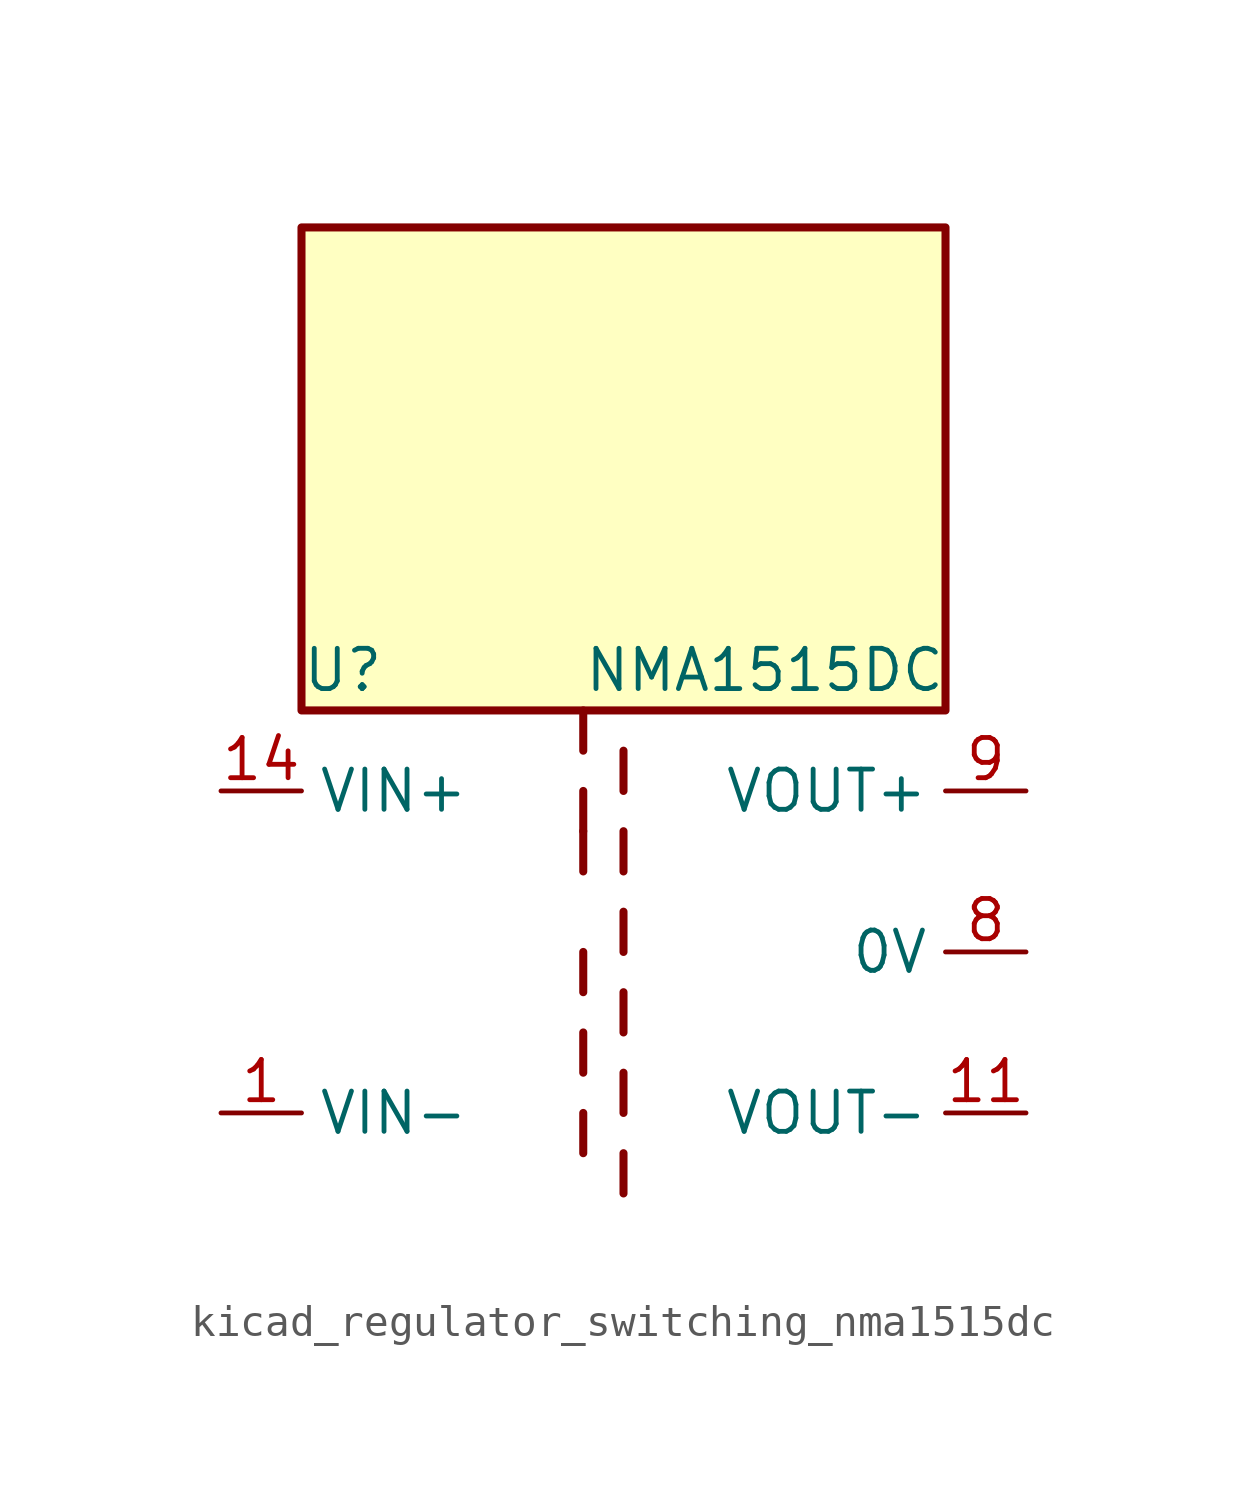
<source format=kicad_sym>
(kicad_symbol_lib
  (version 20220914)
  (generator kicad_symbol_editor)
  (symbol "kicad_regulator_switching_nma1515dc"
    (property "Reference" "U"
      (at -10.16 8.89 0)
      (effects (font (size 1.27 1.27)) (justify left)))
    (property "Value" "NMA1515DC"
      (at -1.27 8.89 0)
      (effects (font (size 1.27 1.27)) (justify left)))
    (symbol "kicad_regulator_switching_nma1515dc_0_1"
      (polyline (pts (xy -1.27 -5.08) (xy -1.27 -6.35)) (stroke (width 0.254) (type default)) (fill (type none)))
      (polyline (pts (xy -1.27 -2.54) (xy -1.27 -3.81)) (stroke (width 0.254) (type default)) (fill (type none)))
      (polyline (pts (xy -1.27 0) (xy -1.27 -1.27)) (stroke (width 0.254) (type default)) (fill (type none)))
      (polyline (pts (xy -1.27 2.54) (xy -1.27 3.81)) (stroke (width 0.254) (type default)) (fill (type none)))
      (polyline (pts (xy -1.27 5.08) (xy -1.27 3.81)) (stroke (width 0.254) (type default)) (fill (type none)))
      (polyline (pts (xy -1.27 7.62) (xy -1.27 6.35)) (stroke (width 0.254) (type default)) (fill (type none)))
      (polyline (pts (xy 0 -7.62) (xy 0 -6.35)) (stroke (width 0.254) (type default)) (fill (type none)))
      (polyline (pts (xy 0 -5.08) (xy 0 -3.81)) (stroke (width 0.254) (type default)) (fill (type none)))
      (polyline (pts (xy 0 -1.27) (xy 0 -2.54)) (stroke (width 0.254) (type default)) (fill (type none)))
      (polyline (pts (xy 0 0) (xy 0 1.27)) (stroke (width 0.254) (type default)) (fill (type none)))
      (polyline (pts (xy 0 2.54) (xy 0 3.81)) (stroke (width 0.254) (type default)) (fill (type none)))
      (polyline (pts (xy 0 5.08) (xy 0 6.35)) (stroke (width 0.254) (type default)) (fill (type none)))
      (rectangle (start 10.16 22.86) (end -10.16 7.62) (stroke (width 0.254) (type default)) (fill (type background))))
    (symbol "kicad_regulator_switching_nma1515dc_1_1"
      (pin power_in line (at -12.7 -5.08 0) (length 2.54) (name "VIN-" (effects (font (size 1.27 1.27)))) (number "1" (effects (font (size 1.27 1.27)))))
      (pin power_out line (at 12.7 -5.08 180) (length 2.54) (name "VOUT-" (effects (font (size 1.27 1.27)))) (number "11" (effects (font (size 1.27 1.27)))))
      (pin power_in line (at -12.7 5.08 0) (length 2.54) (name "VIN+" (effects (font (size 1.27 1.27)))) (number "14" (effects (font (size 1.27 1.27)))))
      (pin no_connect line (at -10.16 0 0) (length 2.54) hide (name "NC" (effects (font (size 1.27 1.27)))) (number "7" (effects (font (size 1.27 1.27)))))
      (pin power_out line (at 12.7 0 180) (length 2.54) (name "0V" (effects (font (size 1.27 1.27)))) (number "8" (effects (font (size 1.27 1.27)))))
      (pin power_out line (at 12.7 5.08 180) (length 2.54) (name "VOUT+" (effects (font (size 1.27 1.27)))) (number "9" (effects (font (size 1.27 1.27))))))))
</source>
